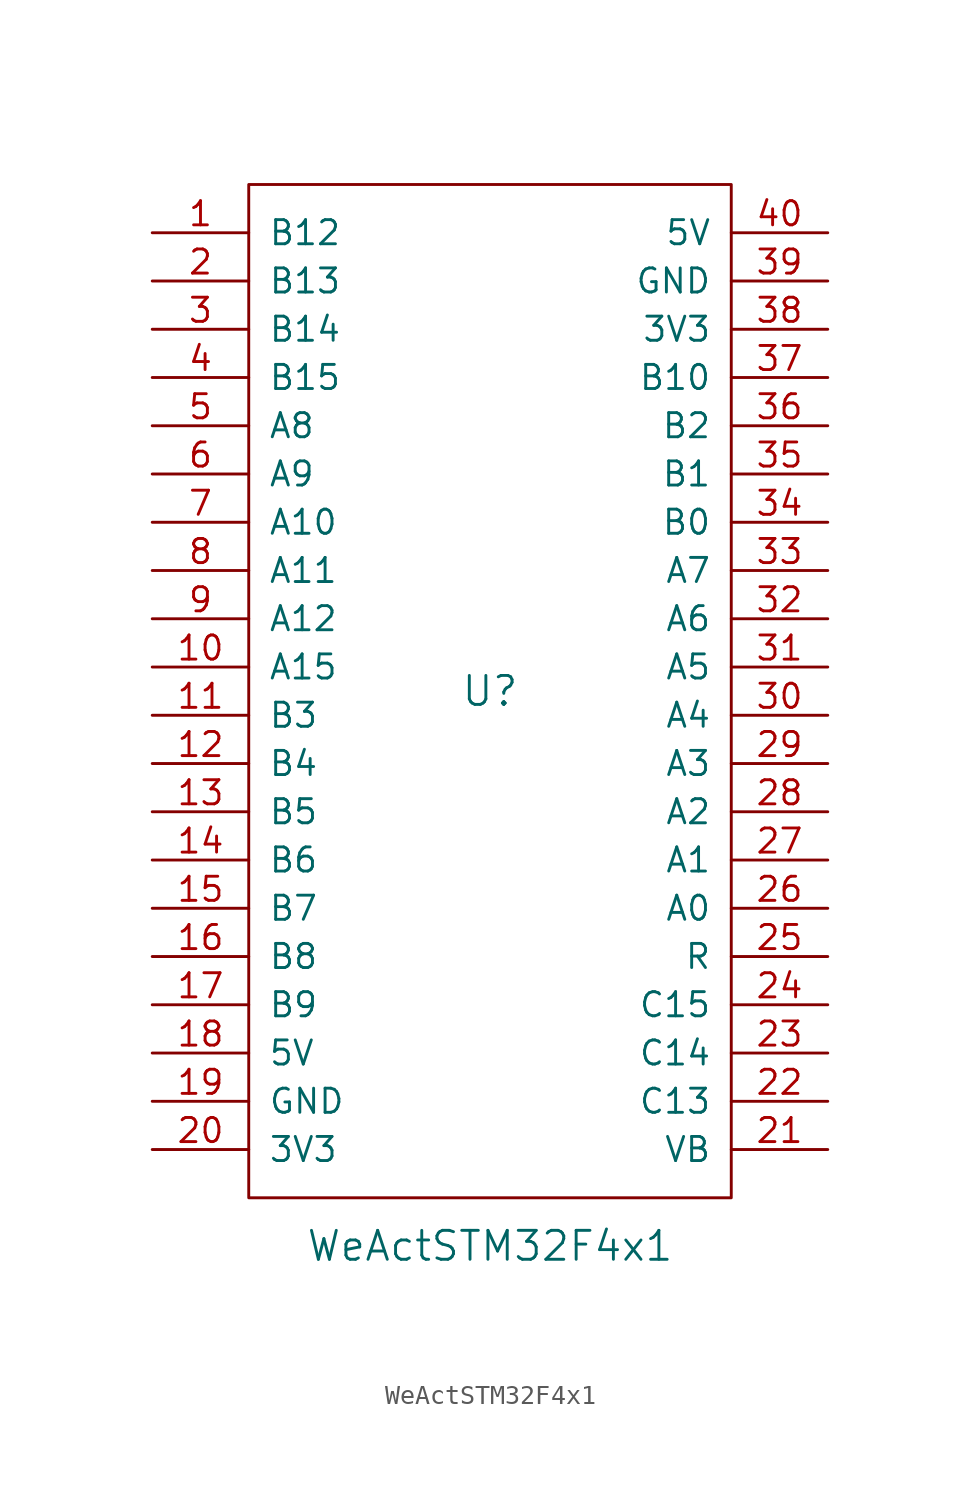
<source format=kicad_sym>
(kicad_symbol_lib
  (version 20211014)
  (generator kicad_symbol_editor)
  (symbol "WeActSTM32F4x1"
    (pin_names
      (offset 1.016))
    (property "Reference" "U"
      (at 0 0 0)
      (effects (font (size 1.524 1.524))))
    (property "Value" "WeActSTM32F4x1"
      (at 0 -29.21 0)
      (effects (font (size 1.524 1.524))))
    (symbol "WeActSTM32F4x1_0_1"
      (rectangle (start -12.7 26.67) (end 12.7 -26.67) (stroke (width 0) (type default) (color 0 0 0 0)) (fill (type none))))
    (symbol "WeActSTM32F4x1_1_1"
      (pin input line (at -17.78 24.13 0) (length 5.08) (name "B12" (effects (font (size 1.27 1.27)))) (number "1" (effects (font (size 1.27 1.27)))))
      (pin input line (at -17.78 1.27 0) (length 5.08) (name "A15" (effects (font (size 1.27 1.27)))) (number "10" (effects (font (size 1.27 1.27)))))
      (pin input line (at -17.78 -1.27 0) (length 5.08) (name "B3" (effects (font (size 1.27 1.27)))) (number "11" (effects (font (size 1.27 1.27)))))
      (pin input line (at -17.78 -3.81 0) (length 5.08) (name "B4" (effects (font (size 1.27 1.27)))) (number "12" (effects (font (size 1.27 1.27)))))
      (pin input line (at -17.78 -6.35 0) (length 5.08) (name "B5" (effects (font (size 1.27 1.27)))) (number "13" (effects (font (size 1.27 1.27)))))
      (pin input line (at -17.78 -8.89 0) (length 5.08) (name "B6" (effects (font (size 1.27 1.27)))) (number "14" (effects (font (size 1.27 1.27)))))
      (pin input line (at -17.78 -11.43 0) (length 5.08) (name "B7" (effects (font (size 1.27 1.27)))) (number "15" (effects (font (size 1.27 1.27)))))
      (pin input line (at -17.78 -13.97 0) (length 5.08) (name "B8" (effects (font (size 1.27 1.27)))) (number "16" (effects (font (size 1.27 1.27)))))
      (pin input line (at -17.78 -16.51 0) (length 5.08) (name "B9" (effects (font (size 1.27 1.27)))) (number "17" (effects (font (size 1.27 1.27)))))
      (pin input line (at -17.78 -19.05 0) (length 5.08) (name "5V" (effects (font (size 1.27 1.27)))) (number "18" (effects (font (size 1.27 1.27)))))
      (pin input line (at -17.78 -21.59 0) (length 5.08) (name "GND" (effects (font (size 1.27 1.27)))) (number "19" (effects (font (size 1.27 1.27)))))
      (pin input line (at -17.78 21.59 0) (length 5.08) (name "B13" (effects (font (size 1.27 1.27)))) (number "2" (effects (font (size 1.27 1.27)))))
      (pin input line (at -17.78 -24.13 0) (length 5.08) (name "3V3" (effects (font (size 1.27 1.27)))) (number "20" (effects (font (size 1.27 1.27)))))
      (pin input line (at 17.78 -24.13 180) (length 5.08) (name "VB" (effects (font (size 1.27 1.27)))) (number "21" (effects (font (size 1.27 1.27)))))
      (pin input line (at 17.78 -21.59 180) (length 5.08) (name "C13" (effects (font (size 1.27 1.27)))) (number "22" (effects (font (size 1.27 1.27)))))
      (pin input line (at 17.78 -19.05 180) (length 5.08) (name "C14" (effects (font (size 1.27 1.27)))) (number "23" (effects (font (size 1.27 1.27)))))
      (pin input line (at 17.78 -16.51 180) (length 5.08) (name "C15" (effects (font (size 1.27 1.27)))) (number "24" (effects (font (size 1.27 1.27)))))
      (pin input line (at 17.78 -13.97 180) (length 5.08) (name "R" (effects (font (size 1.27 1.27)))) (number "25" (effects (font (size 1.27 1.27)))))
      (pin input line (at 17.78 -11.43 180) (length 5.08) (name "A0" (effects (font (size 1.27 1.27)))) (number "26" (effects (font (size 1.27 1.27)))))
      (pin input line (at 17.78 -8.89 180) (length 5.08) (name "A1" (effects (font (size 1.27 1.27)))) (number "27" (effects (font (size 1.27 1.27)))))
      (pin input line (at 17.78 -6.35 180) (length 5.08) (name "A2" (effects (font (size 1.27 1.27)))) (number "28" (effects (font (size 1.27 1.27)))))
      (pin input line (at 17.78 -3.81 180) (length 5.08) (name "A3" (effects (font (size 1.27 1.27)))) (number "29" (effects (font (size 1.27 1.27)))))
      (pin input line (at -17.78 19.05 0) (length 5.08) (name "B14" (effects (font (size 1.27 1.27)))) (number "3" (effects (font (size 1.27 1.27)))))
      (pin input line (at 17.78 -1.27 180) (length 5.08) (name "A4" (effects (font (size 1.27 1.27)))) (number "30" (effects (font (size 1.27 1.27)))))
      (pin input line (at 17.78 1.27 180) (length 5.08) (name "A5" (effects (font (size 1.27 1.27)))) (number "31" (effects (font (size 1.27 1.27)))))
      (pin input line (at 17.78 3.81 180) (length 5.08) (name "A6" (effects (font (size 1.27 1.27)))) (number "32" (effects (font (size 1.27 1.27)))))
      (pin input line (at 17.78 6.35 180) (length 5.08) (name "A7" (effects (font (size 1.27 1.27)))) (number "33" (effects (font (size 1.27 1.27)))))
      (pin input line (at 17.78 8.89 180) (length 5.08) (name "B0" (effects (font (size 1.27 1.27)))) (number "34" (effects (font (size 1.27 1.27)))))
      (pin input line (at 17.78 11.43 180) (length 5.08) (name "B1" (effects (font (size 1.27 1.27)))) (number "35" (effects (font (size 1.27 1.27)))))
      (pin input line (at 17.78 13.97 180) (length 5.08) (name "B2" (effects (font (size 1.27 1.27)))) (number "36" (effects (font (size 1.27 1.27)))))
      (pin input line (at 17.78 16.51 180) (length 5.08) (name "B10" (effects (font (size 1.27 1.27)))) (number "37" (effects (font (size 1.27 1.27)))))
      (pin input line (at 17.78 19.05 180) (length 5.08) (name "3V3" (effects (font (size 1.27 1.27)))) (number "38" (effects (font (size 1.27 1.27)))))
      (pin input line (at 17.78 21.59 180) (length 5.08) (name "GND" (effects (font (size 1.27 1.27)))) (number "39" (effects (font (size 1.27 1.27)))))
      (pin input line (at -17.78 16.51 0) (length 5.08) (name "B15" (effects (font (size 1.27 1.27)))) (number "4" (effects (font (size 1.27 1.27)))))
      (pin input line (at 17.78 24.13 180) (length 5.08) (name "5V" (effects (font (size 1.27 1.27)))) (number "40" (effects (font (size 1.27 1.27)))))
      (pin input line (at -17.78 13.97 0) (length 5.08) (name "A8" (effects (font (size 1.27 1.27)))) (number "5" (effects (font (size 1.27 1.27)))))
      (pin input line (at -17.78 11.43 0) (length 5.08) (name "A9" (effects (font (size 1.27 1.27)))) (number "6" (effects (font (size 1.27 1.27)))))
      (pin input line (at -17.78 8.89 0) (length 5.08) (name "A10" (effects (font (size 1.27 1.27)))) (number "7" (effects (font (size 1.27 1.27)))))
      (pin input line (at -17.78 6.35 0) (length 5.08) (name "A11" (effects (font (size 1.27 1.27)))) (number "8" (effects (font (size 1.27 1.27)))))
      (pin input line (at -17.78 3.81 0) (length 5.08) (name "A12" (effects (font (size 1.27 1.27)))) (number "9" (effects (font (size 1.27 1.27))))))))
</source>
